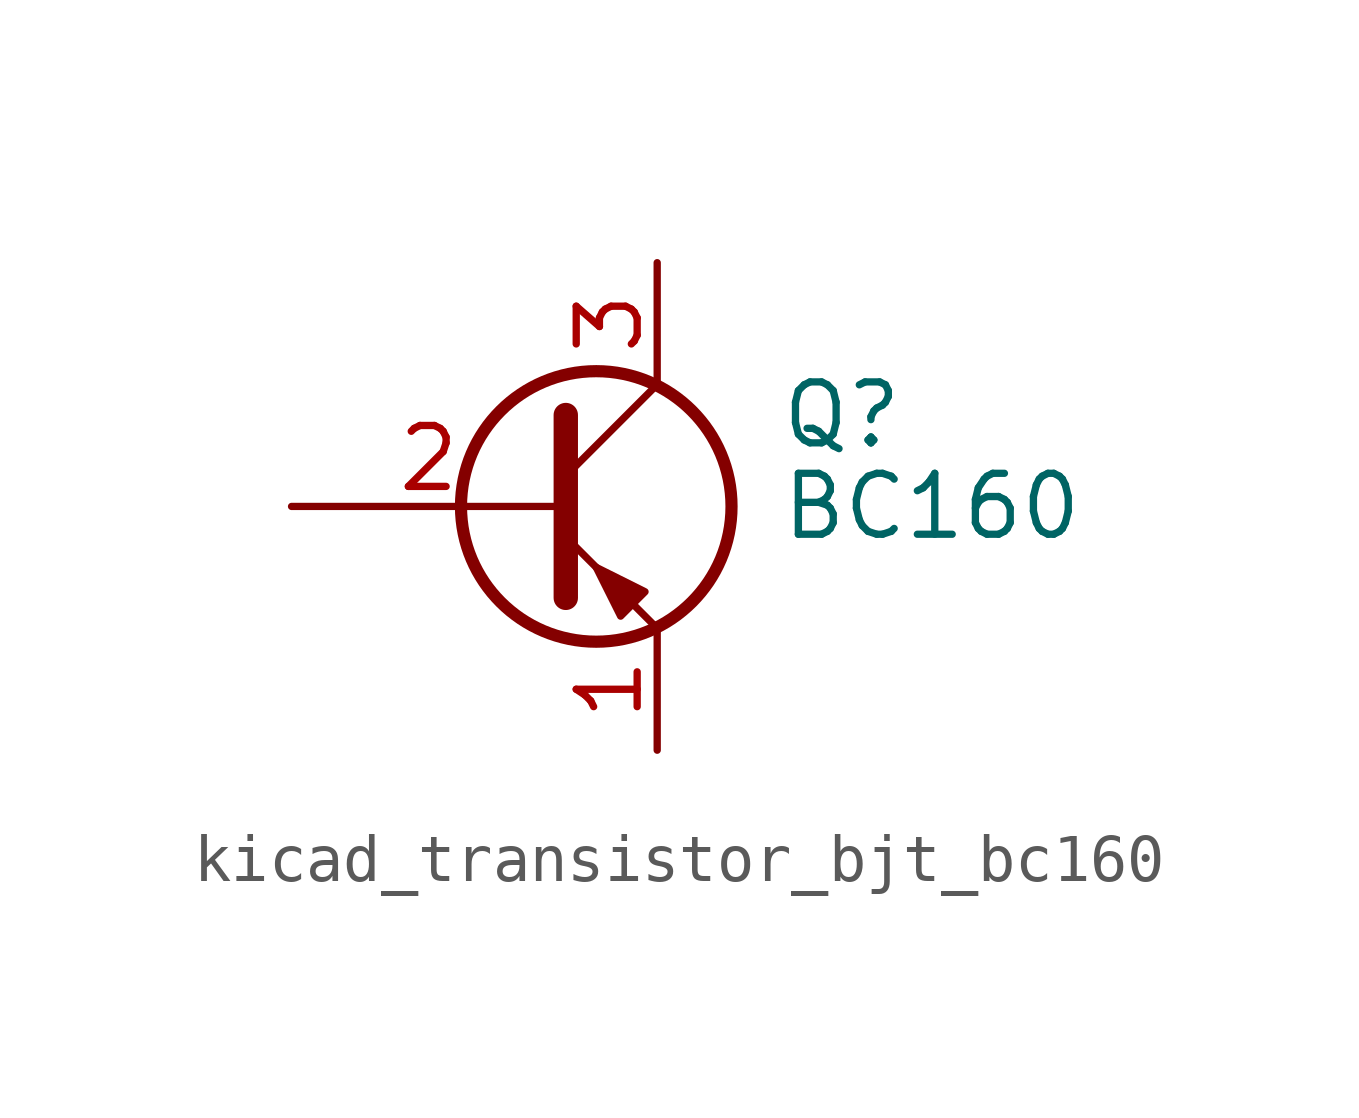
<source format=kicad_sym>
(kicad_symbol_lib
  (version 20220914)
  (generator kicad_symbol_editor)
  (symbol "kicad_transistor_bjt_bc160"
    (pin_names
      (offset 0) hide)
    (property "Reference" "Q"
      (at 5.08 1.905 0)
      (effects (font (size 1.27 1.27)) (justify left)))
    (property "Value" "BC160"
      (at 5.08 0 0)
      (effects (font (size 1.27 1.27)) (justify left)))
    (symbol "kicad_transistor_bjt_bc160_0_1"
      (polyline (pts (xy 0.635 0.635) (xy 2.54 2.54)) (stroke (width 0) (type default)) (fill (type none)))
      (polyline (pts (xy 0.635 -0.635) (xy 2.54 -2.54) (xy 2.54 -2.54)) (stroke (width 0) (type default)) (fill (type none)))
      (polyline (pts (xy 0.635 1.905) (xy 0.635 -1.905) (xy 0.635 -1.905)) (stroke (width 0.508) (type default)) (fill (type none)))
      (polyline (pts (xy 2.286 -1.778) (xy 1.778 -2.286) (xy 1.27 -1.27) (xy 2.286 -1.778) (xy 2.286 -1.778)) (stroke (width 0) (type default)) (fill (type outline)))
      (circle (center 1.27 0) (radius 2.819) (stroke (width 0.254) (type default)) (fill (type none))))
    (symbol "kicad_transistor_bjt_bc160_1_1"
      (pin passive line (at 2.54 -5.08 90) (length 2.54) (name "E" (effects (font (size 1.27 1.27)))) (number "1" (effects (font (size 1.27 1.27)))))
      (pin input line (at -5.08 0 0) (length 5.715) (name "B" (effects (font (size 1.27 1.27)))) (number "2" (effects (font (size 1.27 1.27)))))
      (pin passive line (at 2.54 5.08 270) (length 2.54) (name "C" (effects (font (size 1.27 1.27)))) (number "3" (effects (font (size 1.27 1.27))))))))
</source>
